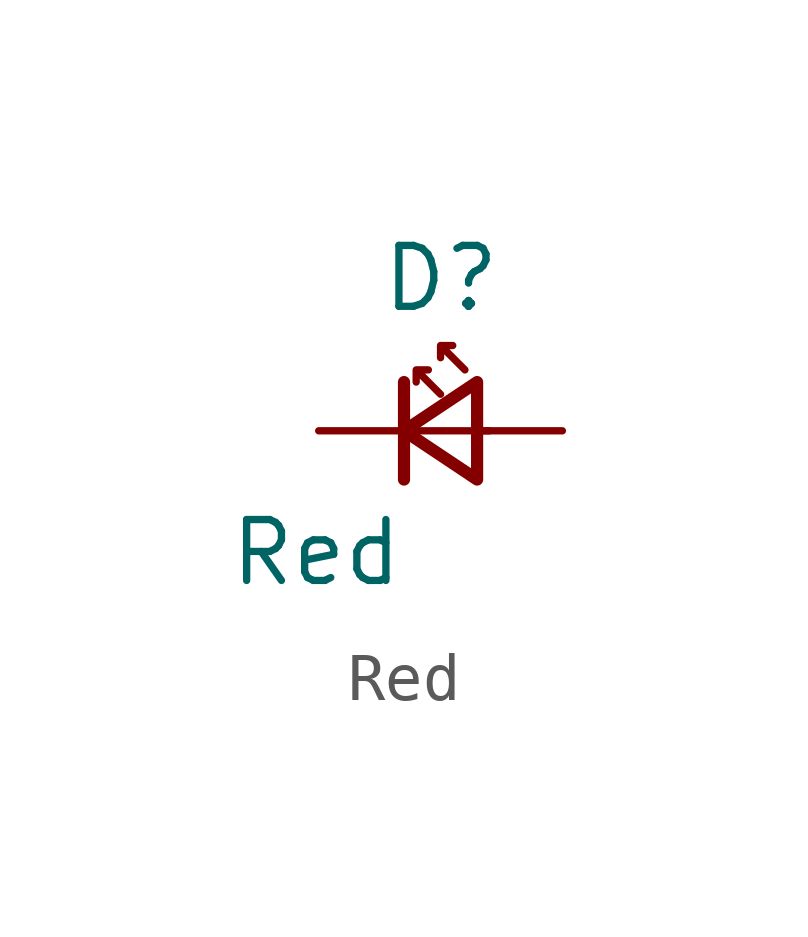
<source format=kicad_sym>
(kicad_symbol_lib
  (version 20220914)
  (generator kicad_db_lib)
  (symbol "Red"
    (pin_numbers hide)
    (pin_names
      (offset 0.254) hide)
    (property "Reference" "D"
      (at -1.27 3.175 0)
      (effects (font (size 1.27 1.27)) (justify left)))
    (property "Value" "Red"
      (at -4.445 -2.54 0)
      (effects (font (size 1.27 1.27)) (justify left)))
    (symbol "Red_0_1"
      (polyline (pts (xy -0.762 -1.016) (xy -0.762 1.016)) (stroke (width 0.254) (type default)) (fill (type none)))
      (polyline (pts (xy 1.016 0) (xy -0.762 0)) (stroke (width 0) (type default)) (fill (type none)))
      (polyline (pts (xy 0.762 -1.016) (xy -0.762 0) (xy 0.762 1.016) (xy 0.762 -1.016)) (stroke (width 0.254) (type default)) (fill (type none)))
      (polyline (pts (xy 0 0.762) (xy -0.508 1.27) (xy -0.254 1.27) (xy -0.508 1.27) (xy -0.508 1.016)) (stroke (width 0) (type default)) (fill (type none)))
      (polyline (pts (xy 0.508 1.27) (xy 0 1.778) (xy 0.254 1.778) (xy 0 1.778) (xy 0 1.524)) (stroke (width 0) (type default)) (fill (type none))))
    (symbol "Red_1_1"
      (pin passive line (at -2.54 0 0) (length 1.778) (name "K" (effects (font (size 1.27 1.27)))) (number "1" (effects (font (size 1.27 1.27)))))
      (pin passive line (at 2.54 0 180) (length 1.778) (name "A" (effects (font (size 1.27 1.27)))) (number "2" (effects (font (size 1.27 1.27))))))))
</source>
